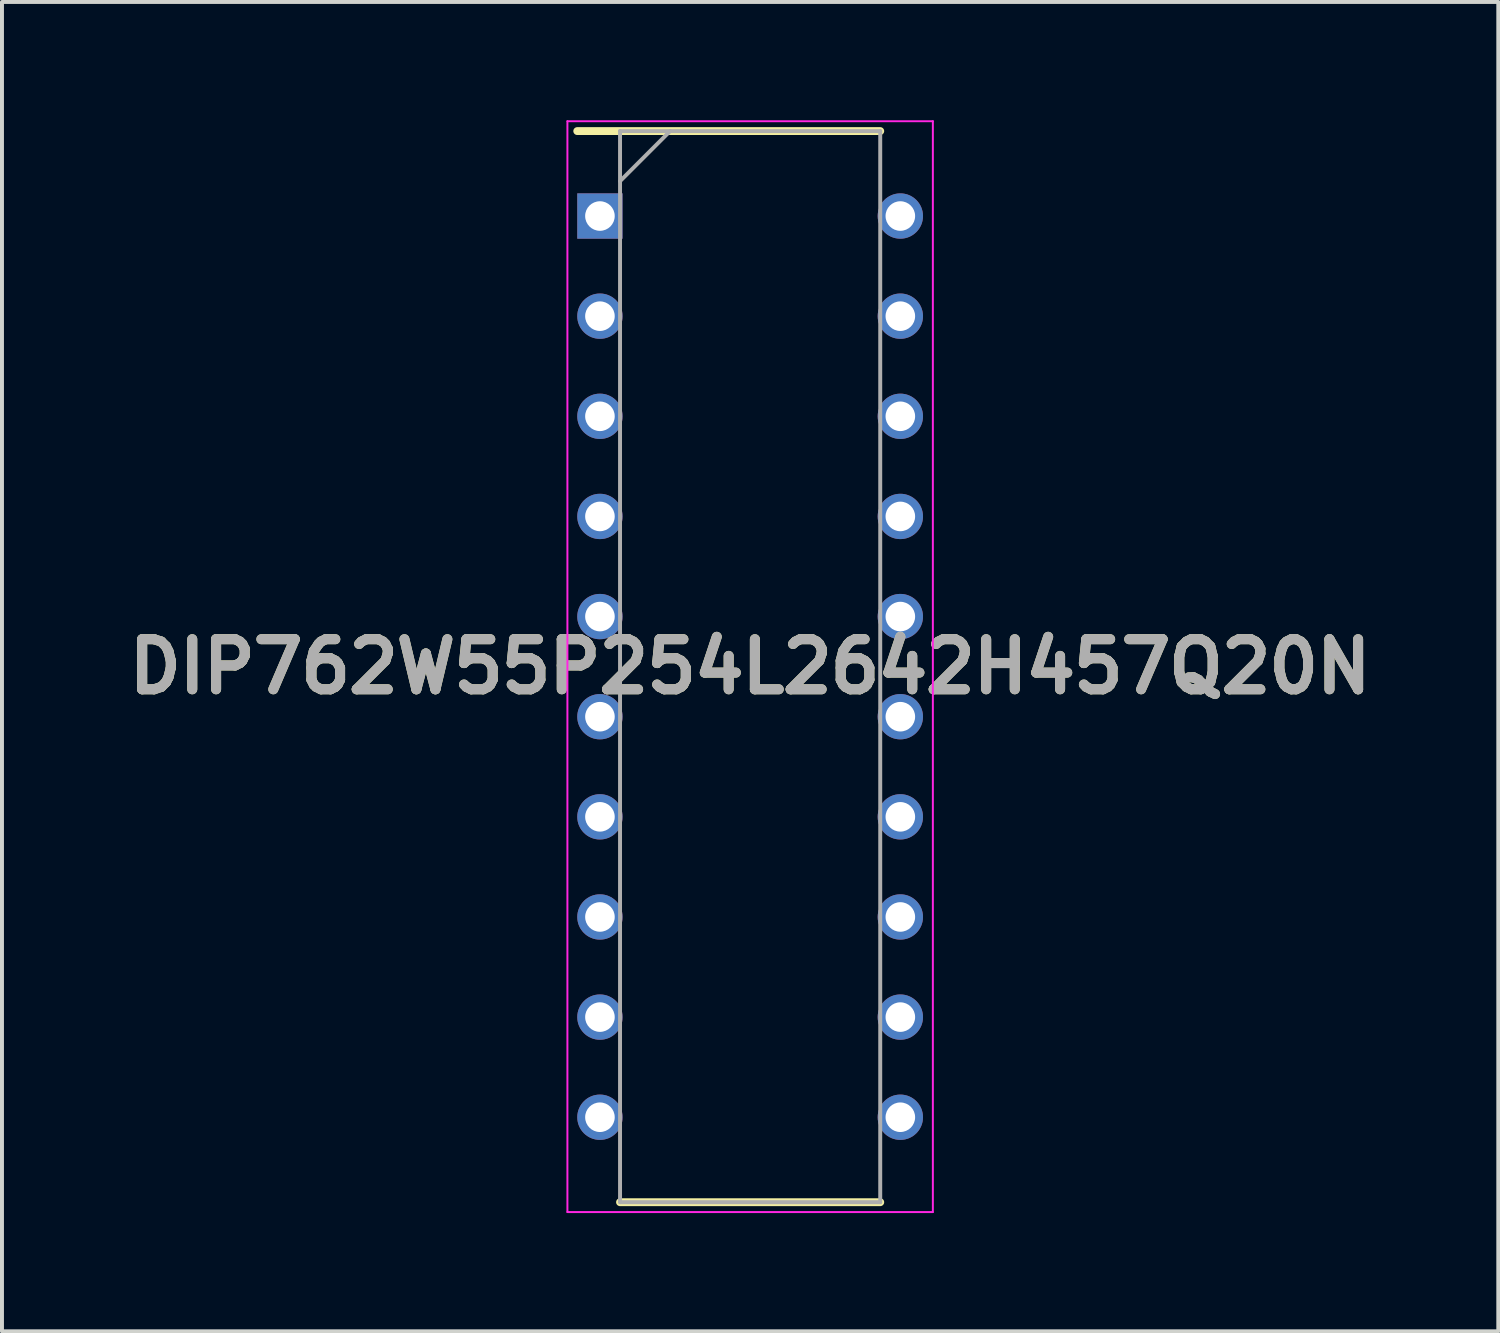
<source format=kicad_pcb>
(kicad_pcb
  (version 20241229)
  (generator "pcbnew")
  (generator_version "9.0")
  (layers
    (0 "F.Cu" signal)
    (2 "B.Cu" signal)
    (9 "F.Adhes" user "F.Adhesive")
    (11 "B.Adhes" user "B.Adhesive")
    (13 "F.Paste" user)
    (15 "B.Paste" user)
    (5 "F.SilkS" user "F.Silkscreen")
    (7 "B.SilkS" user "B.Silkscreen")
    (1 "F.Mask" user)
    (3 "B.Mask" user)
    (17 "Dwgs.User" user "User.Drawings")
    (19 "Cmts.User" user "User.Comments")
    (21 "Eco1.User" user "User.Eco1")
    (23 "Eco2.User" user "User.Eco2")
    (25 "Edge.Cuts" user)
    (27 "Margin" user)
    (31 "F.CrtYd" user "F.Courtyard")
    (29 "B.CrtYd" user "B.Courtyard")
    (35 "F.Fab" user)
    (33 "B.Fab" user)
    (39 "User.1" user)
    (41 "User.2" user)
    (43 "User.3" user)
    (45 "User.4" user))
  (footprint "DIP762W55P254L2642H457Q20N"
    (layer "F.Cu")
    (at 15.978 13.86)
    (property "Reference" "DIP762W55P254L2642H457Q20N" (at 0 0 0) (layer "F.SilkS") (effects (font (size 1.27 1.27) (thickness 0.254))))
    (attr through_hole)
    (fp_line (start -4.385 -13.585) (end 3.3 -13.585) (stroke (width 0.2) (type solid)) (layer "F.SilkS"))
    (fp_line (start -3.3 13.585) (end 3.3 13.585) (stroke (width 0.2) (type solid)) (layer "F.SilkS"))
    (fp_line (start -4.635 -13.835) (end 4.635 -13.835) (stroke (width 0.05) (type solid)) (layer "F.CrtYd"))
    (fp_line (start -4.635 13.835) (end -4.635 -13.835) (stroke (width 0.05) (type solid)) (layer "F.CrtYd"))
    (fp_line (start 4.635 -13.835) (end 4.635 13.835) (stroke (width 0.05) (type solid)) (layer "F.CrtYd"))
    (fp_line (start 4.635 13.835) (end -4.635 13.835) (stroke (width 0.05) (type solid)) (layer "F.CrtYd"))
    (fp_line (start -3.3 -13.585) (end 3.3 -13.585) (stroke (width 0.1) (type solid)) (layer "F.Fab"))
    (fp_line (start -3.3 -12.315) (end -2.03 -13.585) (stroke (width 0.1) (type solid)) (layer "F.Fab"))
    (fp_line (start -3.3 13.585) (end -3.3 -13.585) (stroke (width 0.1) (type solid)) (layer "F.Fab"))
    (fp_line (start 3.3 -13.585) (end 3.3 13.585) (stroke (width 0.1) (type solid)) (layer "F.Fab"))
    (fp_line (start 3.3 13.585) (end -3.3 13.585) (stroke (width 0.1) (type solid)) (layer "F.Fab"))
    (fp_text user "${REFERENCE}" (at 0 0 0) (layer "F.Fab") (effects (font (size 1.27 1.27) (thickness 0.254))))
    (pad "1" thru_hole rect (at -3.81 -11.43) (size 1.15 1.15) (drill 0.75) (layers "*.Cu" "*.Mask"))
    (pad "2" thru_hole circle (at -3.81 -8.89) (size 1.15 1.15) (drill 0.75) (layers "*.Cu" "*.Mask"))
    (pad "3" thru_hole circle (at -3.81 -6.35) (size 1.15 1.15) (drill 0.75) (layers "*.Cu" "*.Mask"))
    (pad "4" thru_hole circle (at -3.81 -3.81) (size 1.15 1.15) (drill 0.75) (layers "*.Cu" "*.Mask"))
    (pad "5" thru_hole circle (at -3.81 -1.27) (size 1.15 1.15) (drill 0.75) (layers "*.Cu" "*.Mask"))
    (pad "6" thru_hole circle (at -3.81 1.27) (size 1.15 1.15) (drill 0.75) (layers "*.Cu" "*.Mask"))
    (pad "7" thru_hole circle (at -3.81 3.81) (size 1.15 1.15) (drill 0.75) (layers "*.Cu" "*.Mask"))
    (pad "8" thru_hole circle (at -3.81 6.35) (size 1.15 1.15) (drill 0.75) (layers "*.Cu" "*.Mask"))
    (pad "9" thru_hole circle (at -3.81 8.89) (size 1.15 1.15) (drill 0.75) (layers "*.Cu" "*.Mask"))
    (pad "10" thru_hole circle (at -3.81 11.43) (size 1.15 1.15) (drill 0.75) (layers "*.Cu" "*.Mask"))
    (pad "11" thru_hole circle (at 3.81 11.43) (size 1.15 1.15) (drill 0.75) (layers "*.Cu" "*.Mask"))
    (pad "12" thru_hole circle (at 3.81 8.89) (size 1.15 1.15) (drill 0.75) (layers "*.Cu" "*.Mask"))
    (pad "13" thru_hole circle (at 3.81 6.35) (size 1.15 1.15) (drill 0.75) (layers "*.Cu" "*.Mask"))
    (pad "14" thru_hole circle (at 3.81 3.81) (size 1.15 1.15) (drill 0.75) (layers "*.Cu" "*.Mask"))
    (pad "15" thru_hole circle (at 3.81 1.27) (size 1.15 1.15) (drill 0.75) (layers "*.Cu" "*.Mask"))
    (pad "16" thru_hole circle (at 3.81 -1.27) (size 1.15 1.15) (drill 0.75) (layers "*.Cu" "*.Mask"))
    (pad "17" thru_hole circle (at 3.81 -3.81) (size 1.15 1.15) (drill 0.75) (layers "*.Cu" "*.Mask"))
    (pad "18" thru_hole circle (at 3.81 -6.35) (size 1.15 1.15) (drill 0.75) (layers "*.Cu" "*.Mask"))
    (pad "19" thru_hole circle (at 3.81 -8.89) (size 1.15 1.15) (drill 0.75) (layers "*.Cu" "*.Mask"))
    (pad "20" thru_hole circle (at 3.81 -11.43) (size 1.15 1.15) (drill 0.75) (layers "*.Cu" "*.Mask")))
  (gr_rect
    (start -3 -3)
    (end 34.956 30.72)
    (stroke (width 0.1) (type default))
    (fill no)
    (layer "Edge.Cuts")))
</source>
